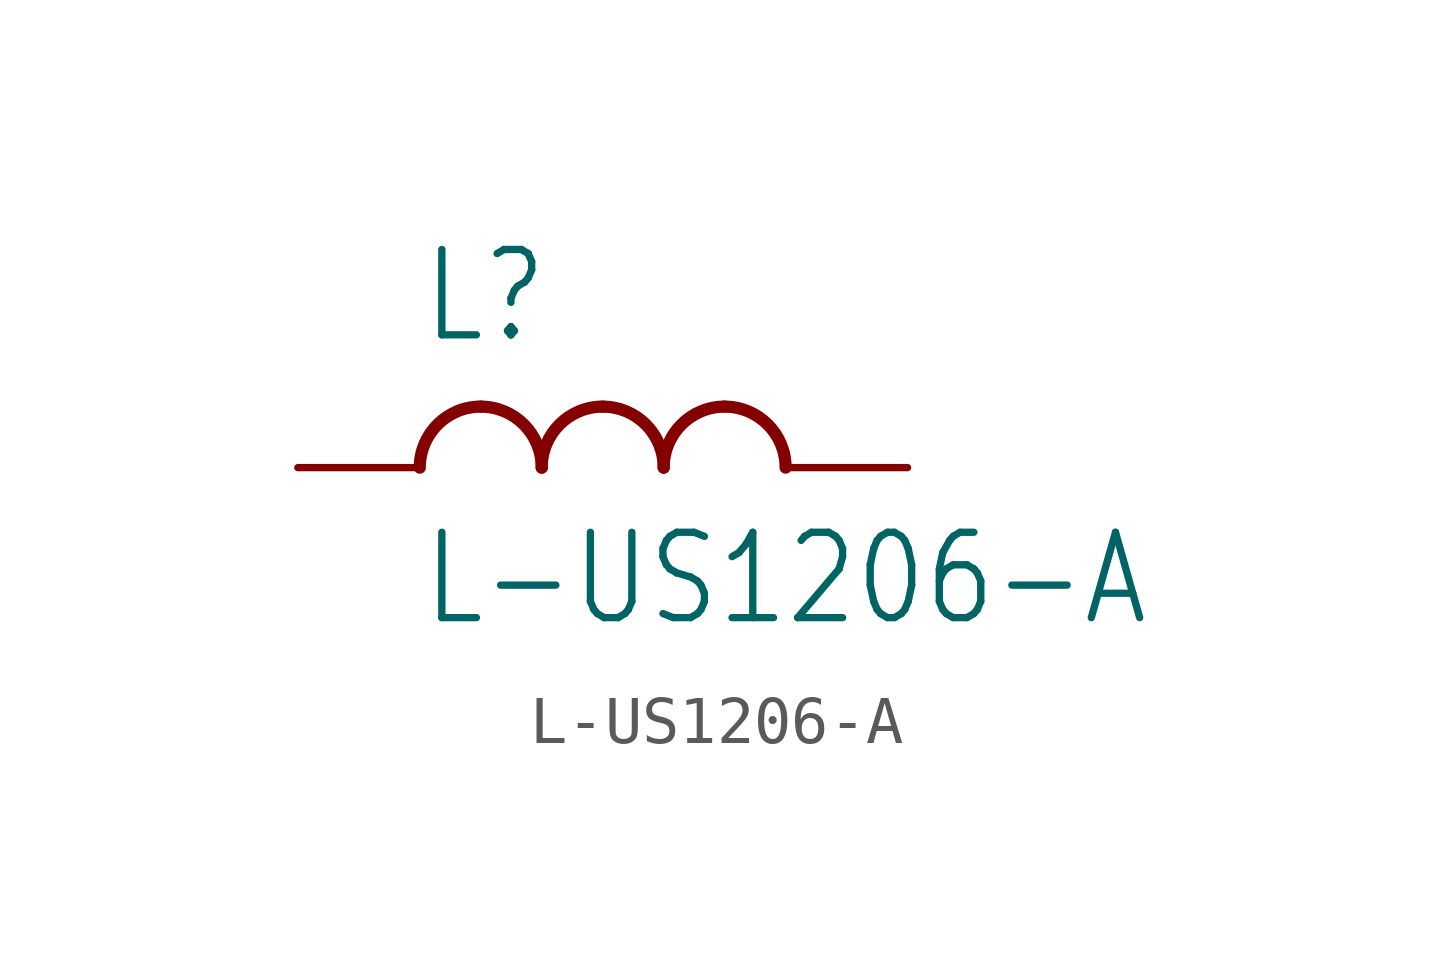
<source format=kicad_sym>
(kicad_symbol_lib
  (version 20211014)
  (generator kicad_symbol_editor)
  (symbol "L-US1206-A"
    (property "Reference" "L"
      (at -5.08 2.54 0)
      (effects (font (size 1.778 1.511)) (justify left bottom)))
    (property "Value" "L-US1206-A"
      (at -5.08 -1.27 0)
      (effects (font (size 1.778 1.511)) (justify left top)))
    (property "ki_locked" ""
      (at 0 0 0)
      (effects (font (size 1.27 1.27))))
    (symbol "L-US1206-A_1_0"
      (arc (start -3.81 1.27) (mid -4.708 0.898) (end -5.08 0) (stroke (width 0.254) (type default) (color 0 0 0 0)) (fill (type none)))
      (arc (start -2.54 0) (mid -2.912 0.898) (end -3.81 1.27) (stroke (width 0.254) (type default) (color 0 0 0 0)) (fill (type none)))
      (arc (start -1.27 1.27) (mid -2.168 0.898) (end -2.54 0) (stroke (width 0.254) (type default) (color 0 0 0 0)) (fill (type none)))
      (arc (start 0 0) (mid -0.372 0.898) (end -1.27 1.27) (stroke (width 0.254) (type default) (color 0 0 0 0)) (fill (type none)))
      (arc (start 1.27 1.27) (mid 0.372 0.898) (end 0 0) (stroke (width 0.254) (type default) (color 0 0 0 0)) (fill (type none)))
      (arc (start 2.54 0) (mid 2.168 0.898) (end 1.27 1.27) (stroke (width 0.254) (type default) (color 0 0 0 0)) (fill (type none)))
      (pin passive line (at -7.62 0 0) (length 2.54) (name "1" (effects (font (size 0 0)))) (number "1" (effects (font (size 0 0)))))
      (pin passive line (at 5.08 0 180) (length 2.54) (name "2" (effects (font (size 0 0)))) (number "2" (effects (font (size 0 0))))))))
</source>
